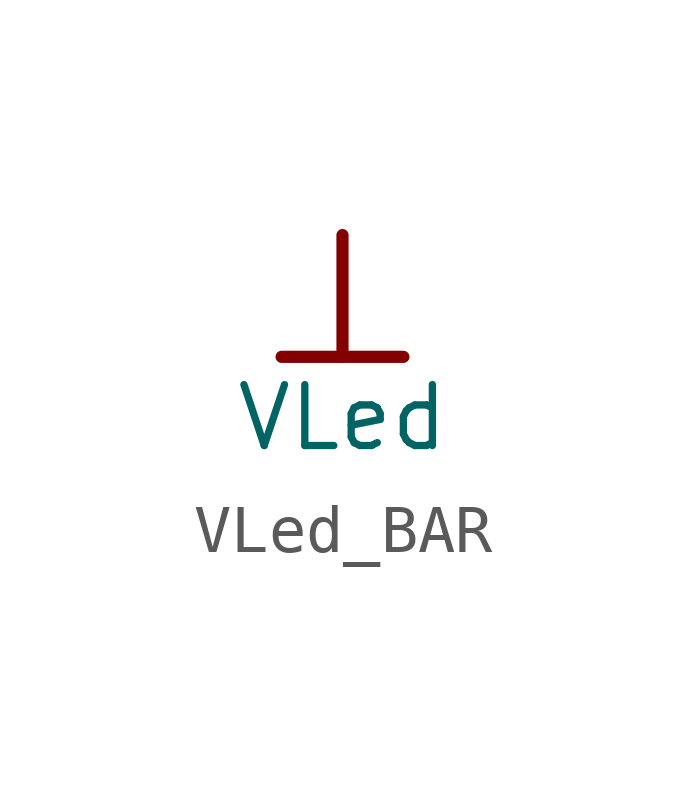
<source format=kicad_sym>
(kicad_symbol_lib
  (version 20241209)
  (generator "kicad_symbol_editor")
  (generator_version "9.0")
  (symbol "VLed_BAR"
    (power)
    (property "Reference" "#PWR"
      (at 0 0 0)
      (effects (font (size 1.27 1.27)) (hide yes)))
    (property "Value" "VLed"
      (at 0 -3.81 0)
      (effects (font (size 1.27 1.27))))
    (symbol "VLed_BAR_0_0"
      (polyline (pts (xy -1.27 -2.54) (xy 1.27 -2.54)) (stroke (width 0.254) (type solid)) (fill (type none)))
      (polyline (pts (xy 0 0) (xy 0 -2.54)) (stroke (width 0.254) (type solid)) (fill (type none)))
      (pin power_in line (at 0 0 0) (length 0) (hide yes) (name "VLed" (effects (font (size 1.27 1.27)))) (number "" (effects (font (size 1.27 1.27))))))))
</source>
